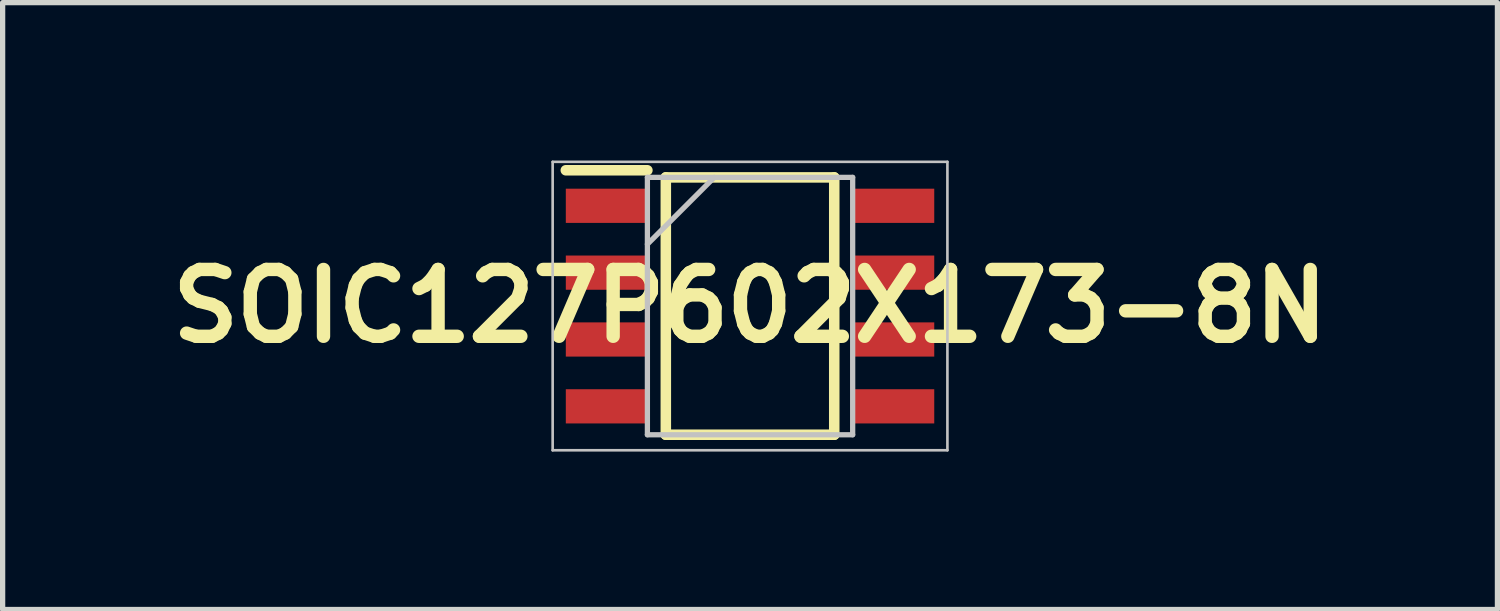
<source format=kicad_pcb>
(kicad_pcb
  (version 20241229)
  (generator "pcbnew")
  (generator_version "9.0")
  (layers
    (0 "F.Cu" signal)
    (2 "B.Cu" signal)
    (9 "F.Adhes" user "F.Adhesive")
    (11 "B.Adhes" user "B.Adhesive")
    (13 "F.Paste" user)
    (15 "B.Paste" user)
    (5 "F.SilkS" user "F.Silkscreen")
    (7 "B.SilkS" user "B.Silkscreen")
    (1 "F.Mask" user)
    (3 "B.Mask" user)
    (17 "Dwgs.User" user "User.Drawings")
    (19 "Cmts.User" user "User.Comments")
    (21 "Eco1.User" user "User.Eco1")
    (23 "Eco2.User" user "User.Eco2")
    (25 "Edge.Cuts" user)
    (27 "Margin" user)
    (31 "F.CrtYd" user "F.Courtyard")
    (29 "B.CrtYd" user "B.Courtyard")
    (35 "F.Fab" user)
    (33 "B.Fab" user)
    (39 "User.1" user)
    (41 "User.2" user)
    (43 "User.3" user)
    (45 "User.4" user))
  (footprint "SOIC127P602X173-8N"
    (layer "F.Cu")
    (at 11.2 2.765)
    (property "Reference" "SOIC127P602X173-8N" (at 0 0 0) (layer "F.SilkS") (effects (font (size 1.27 1.27) (thickness 0.254))))
    (attr smd)
    (fp_line (start -3.5 -2.58) (end -1.95 -2.58) (stroke (width 0.2) (type solid)) (layer "F.SilkS"))
    (fp_line (start -1.6 -2.445) (end 1.6 -2.445) (stroke (width 0.2) (type solid)) (layer "F.SilkS"))
    (fp_line (start -1.6 2.445) (end -1.6 -2.445) (stroke (width 0.2) (type solid)) (layer "F.SilkS"))
    (fp_line (start 1.6 -2.445) (end 1.6 2.445) (stroke (width 0.2) (type solid)) (layer "F.SilkS"))
    (fp_line (start 1.6 2.445) (end -1.6 2.445) (stroke (width 0.2) (type solid)) (layer "F.SilkS"))
    (fp_line (start -3.75 -2.74) (end 3.75 -2.74) (stroke (width 0.05) (type solid)) (layer "Dwgs.User"))
    (fp_line (start -3.75 2.74) (end -3.75 -2.74) (stroke (width 0.05) (type solid)) (layer "Dwgs.User"))
    (fp_line (start -1.95 -2.445) (end 1.95 -2.445) (stroke (width 0.1) (type solid)) (layer "Dwgs.User"))
    (fp_line (start -1.95 -1.175) (end -0.68 -2.445) (stroke (width 0.1) (type solid)) (layer "Dwgs.User"))
    (fp_line (start -1.95 2.445) (end -1.95 -2.445) (stroke (width 0.1) (type solid)) (layer "Dwgs.User"))
    (fp_line (start 1.95 -2.445) (end 1.95 2.445) (stroke (width 0.1) (type solid)) (layer "Dwgs.User"))
    (fp_line (start 1.95 2.445) (end -1.95 2.445) (stroke (width 0.1) (type solid)) (layer "Dwgs.User"))
    (fp_line (start 3.75 -2.74) (end 3.75 2.74) (stroke (width 0.05) (type solid)) (layer "Dwgs.User"))
    (fp_line (start 3.75 2.74) (end -3.75 2.74) (stroke (width 0.05) (type solid)) (layer "Dwgs.User"))
    (pad "1" smd rect (at -2.725 -1.905 90) (size 0.65 1.55) (layers "F.Cu" "F.Mask" "F.Paste"))
    (pad "2" smd rect (at -2.725 -0.635 90) (size 0.65 1.55) (layers "F.Cu" "F.Mask" "F.Paste"))
    (pad "3" smd rect (at -2.725 0.635 90) (size 0.65 1.55) (layers "F.Cu" "F.Mask" "F.Paste"))
    (pad "4" smd rect (at -2.725 1.905 90) (size 0.65 1.55) (layers "F.Cu" "F.Mask" "F.Paste"))
    (pad "5" smd rect (at 2.725 1.905 90) (size 0.65 1.55) (layers "F.Cu" "F.Mask" "F.Paste"))
    (pad "6" smd rect (at 2.725 0.635 90) (size 0.65 1.55) (layers "F.Cu" "F.Mask" "F.Paste"))
    (pad "7" smd rect (at 2.725 -0.635 90) (size 0.65 1.55) (layers "F.Cu" "F.Mask" "F.Paste"))
    (pad "8" smd rect (at 2.725 -1.905 90) (size 0.65 1.55) (layers "F.Cu" "F.Mask" "F.Paste")))
  (gr_rect
    (start -3 -3)
    (end 25.4 8.53)
    (stroke (width 0.1) (type default))
    (fill no)
    (layer "Edge.Cuts")))
</source>
